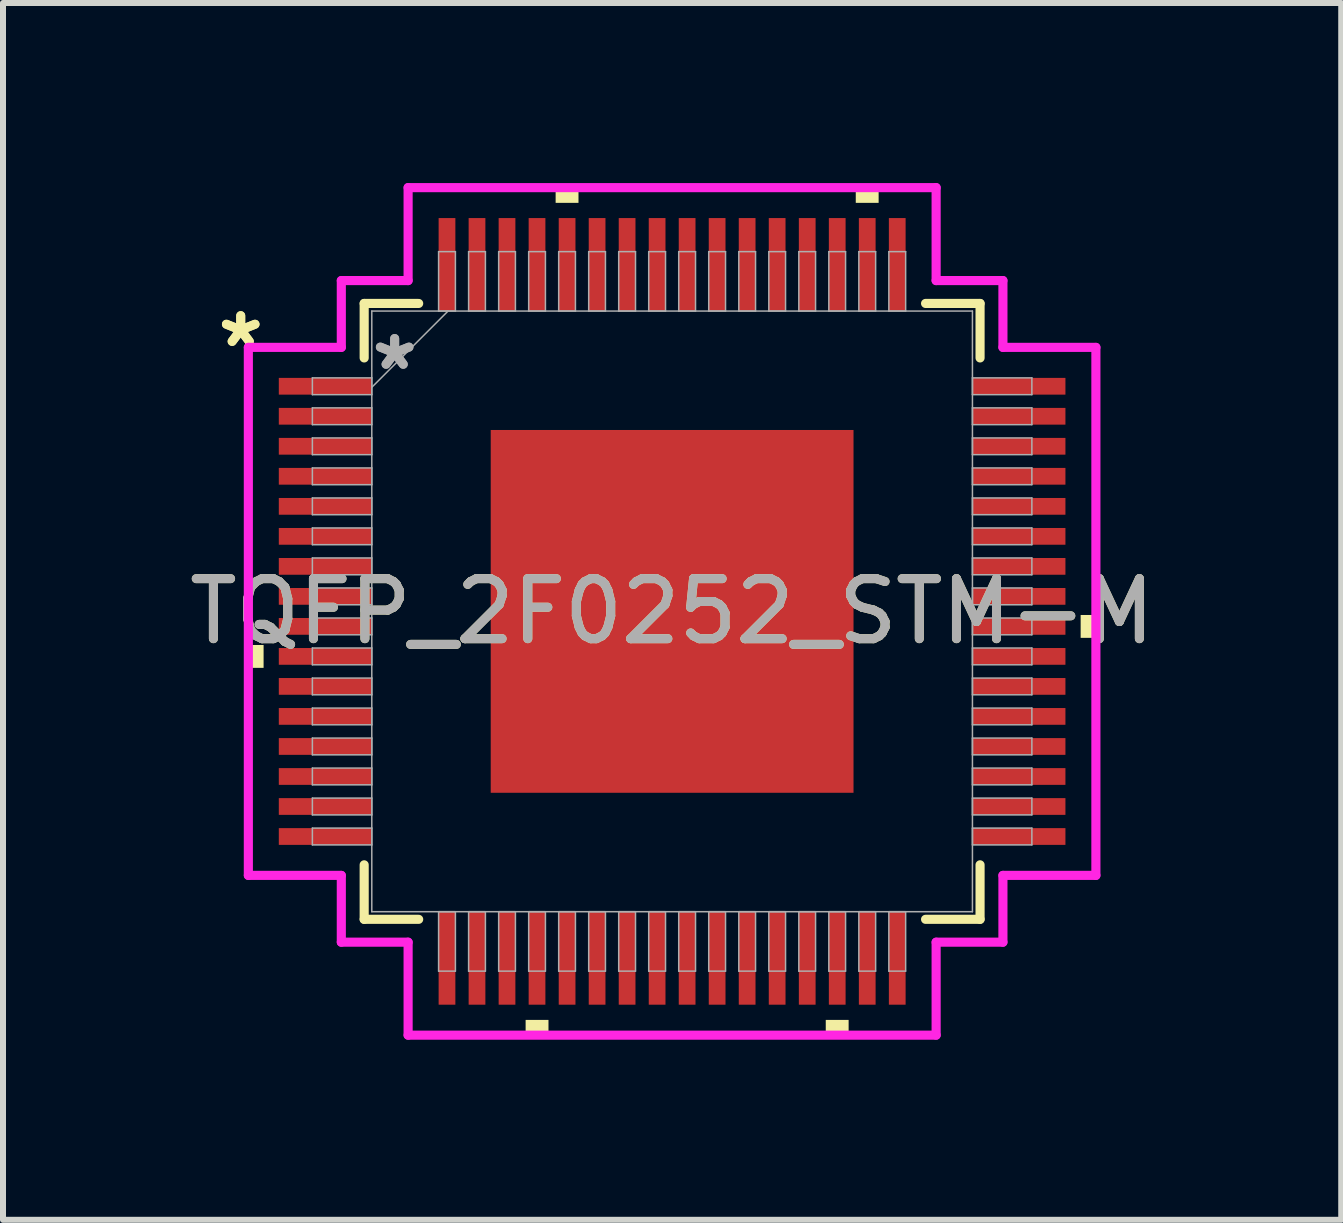
<source format=kicad_pcb>
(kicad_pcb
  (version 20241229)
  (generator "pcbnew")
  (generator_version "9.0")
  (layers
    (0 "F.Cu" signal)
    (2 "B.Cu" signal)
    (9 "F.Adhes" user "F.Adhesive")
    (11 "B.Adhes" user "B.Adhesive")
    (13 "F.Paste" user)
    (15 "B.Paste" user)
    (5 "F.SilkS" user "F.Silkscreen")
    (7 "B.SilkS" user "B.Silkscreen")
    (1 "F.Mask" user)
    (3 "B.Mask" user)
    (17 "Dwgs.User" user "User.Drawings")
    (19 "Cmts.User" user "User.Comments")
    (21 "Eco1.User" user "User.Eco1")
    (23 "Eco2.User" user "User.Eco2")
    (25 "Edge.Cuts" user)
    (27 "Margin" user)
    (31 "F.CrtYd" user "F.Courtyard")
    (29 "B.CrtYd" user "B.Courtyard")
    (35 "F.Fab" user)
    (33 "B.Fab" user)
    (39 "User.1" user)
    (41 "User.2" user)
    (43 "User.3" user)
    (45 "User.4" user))
  (footprint "TQFP_2F0252_STM-M"
    (layer "F.Cu")
    (at 8.149 7.137)
    (property "Reference" "TQFP_2F0252_STM-M" (at 0 0 0) (unlocked yes) (layer "F.SilkS") (effects (font (size 1 1) (thickness 0.15))))
    (attr smd)
    (fp_line (start -5.131 -5.131) (end -5.131 -4.223) (stroke (width 0.152) (type solid)) (layer "F.SilkS"))
    (fp_line (start -5.131 4.223) (end -5.131 5.131) (stroke (width 0.152) (type solid)) (layer "F.SilkS"))
    (fp_line (start -5.131 5.131) (end -4.223 5.131) (stroke (width 0.152) (type solid)) (layer "F.SilkS"))
    (fp_line (start -4.223 -5.131) (end -5.131 -5.131) (stroke (width 0.152) (type solid)) (layer "F.SilkS"))
    (fp_line (start 4.223 5.131) (end 5.131 5.131) (stroke (width 0.152) (type solid)) (layer "F.SilkS"))
    (fp_line (start 5.131 -5.131) (end 4.223 -5.131) (stroke (width 0.152) (type solid)) (layer "F.SilkS"))
    (fp_line (start 5.131 -4.223) (end 5.131 -5.131) (stroke (width 0.152) (type solid)) (layer "F.SilkS"))
    (fp_line (start 5.131 5.131) (end 5.131 4.223) (stroke (width 0.152) (type solid)) (layer "F.SilkS"))
    (fp_poly (pts (xy -7.061 0.56) (xy -7.061 0.941) (xy -6.807 0.941) (xy -6.807 0.56)) (stroke (width 0) (type solid)) (fill yes) (layer "F.SilkS"))
    (fp_poly (pts (xy -2.441 6.807) (xy -2.441 7.061) (xy -2.06 7.061) (xy -2.06 6.807)) (stroke (width 0) (type solid)) (fill yes) (layer "F.SilkS"))
    (fp_poly (pts (xy -1.941 -6.807) (xy -1.941 -7.061) (xy -1.56 -7.061) (xy -1.56 -6.807)) (stroke (width 0) (type solid)) (fill yes) (layer "F.SilkS"))
    (fp_poly (pts (xy 2.56 6.807) (xy 2.56 7.061) (xy 2.941 7.061) (xy 2.941 6.807)) (stroke (width 0) (type solid)) (fill yes) (layer "F.SilkS"))
    (fp_poly (pts (xy 3.06 -6.807) (xy 3.06 -7.061) (xy 3.441 -7.061) (xy 3.441 -6.807)) (stroke (width 0) (type solid)) (fill yes) (layer "F.SilkS"))
    (fp_poly (pts (xy 7.061 0.06) (xy 7.061 0.441) (xy 6.807 0.441) (xy 6.807 0.06)) (stroke (width 0) (type solid)) (fill yes) (layer "F.SilkS"))
    (fp_poly (pts (xy -2.923 -2.923) (xy -2.923 -1.611) (xy -1.611 -1.611) (xy -1.611 -2.923)) (stroke (width 0) (type solid)) (fill yes) (layer "F.Paste"))
    (fp_poly (pts (xy -2.923 -1.411) (xy -2.923 -0.1) (xy -1.611 -0.1) (xy -1.611 -1.411)) (stroke (width 0) (type solid)) (fill yes) (layer "F.Paste"))
    (fp_poly (pts (xy -2.923 0.1) (xy -2.923 1.411) (xy -1.611 1.411) (xy -1.611 0.1)) (stroke (width 0) (type solid)) (fill yes) (layer "F.Paste"))
    (fp_poly (pts (xy -2.923 1.611) (xy -2.923 2.923) (xy -1.611 2.923) (xy -1.611 1.611)) (stroke (width 0) (type solid)) (fill yes) (layer "F.Paste"))
    (fp_poly (pts (xy -1.411 -2.923) (xy -1.411 -1.611) (xy -0.1 -1.611) (xy -0.1 -2.923)) (stroke (width 0) (type solid)) (fill yes) (layer "F.Paste"))
    (fp_poly (pts (xy -1.411 -1.411) (xy -1.411 -0.1) (xy -0.1 -0.1) (xy -0.1 -1.411)) (stroke (width 0) (type solid)) (fill yes) (layer "F.Paste"))
    (fp_poly (pts (xy -1.411 0.1) (xy -1.411 1.411) (xy -0.1 1.411) (xy -0.1 0.1)) (stroke (width 0) (type solid)) (fill yes) (layer "F.Paste"))
    (fp_poly (pts (xy -1.411 1.611) (xy -1.411 2.923) (xy -0.1 2.923) (xy -0.1 1.611)) (stroke (width 0) (type solid)) (fill yes) (layer "F.Paste"))
    (fp_poly (pts (xy 0.1 -2.923) (xy 0.1 -1.611) (xy 1.411 -1.611) (xy 1.411 -2.923)) (stroke (width 0) (type solid)) (fill yes) (layer "F.Paste"))
    (fp_poly (pts (xy 0.1 -1.411) (xy 0.1 -0.1) (xy 1.411 -0.1) (xy 1.411 -1.411)) (stroke (width 0) (type solid)) (fill yes) (layer "F.Paste"))
    (fp_poly (pts (xy 0.1 0.1) (xy 0.1 1.411) (xy 1.411 1.411) (xy 1.411 0.1)) (stroke (width 0) (type solid)) (fill yes) (layer "F.Paste"))
    (fp_poly (pts (xy 0.1 1.611) (xy 0.1 2.923) (xy 1.411 2.923) (xy 1.411 1.611)) (stroke (width 0) (type solid)) (fill yes) (layer "F.Paste"))
    (fp_poly (pts (xy 1.611 -2.923) (xy 1.611 -1.611) (xy 2.923 -1.611) (xy 2.923 -2.923)) (stroke (width 0) (type solid)) (fill yes) (layer "F.Paste"))
    (fp_poly (pts (xy 1.611 -1.411) (xy 1.611 -0.1) (xy 2.923 -0.1) (xy 2.923 -1.411)) (stroke (width 0) (type solid)) (fill yes) (layer "F.Paste"))
    (fp_poly (pts (xy 1.611 0.1) (xy 1.611 1.411) (xy 2.923 1.411) (xy 2.923 0.1)) (stroke (width 0) (type solid)) (fill yes) (layer "F.Paste"))
    (fp_poly (pts (xy 1.611 1.611) (xy 1.611 2.923) (xy 2.923 2.923) (xy 2.923 1.611)) (stroke (width 0) (type solid)) (fill yes) (layer "F.Paste"))
    (fp_line (start -7.061 -4.399) (end -5.512 -4.399) (stroke (width 0.152) (type solid)) (layer "F.CrtYd"))
    (fp_line (start -7.061 4.399) (end -7.061 -4.399) (stroke (width 0.152) (type solid)) (layer "F.CrtYd"))
    (fp_line (start -5.512 -5.512) (end -4.399 -5.512) (stroke (width 0.152) (type solid)) (layer "F.CrtYd"))
    (fp_line (start -5.512 -4.399) (end -5.512 -5.512) (stroke (width 0.152) (type solid)) (layer "F.CrtYd"))
    (fp_line (start -5.512 4.399) (end -7.061 4.399) (stroke (width 0.152) (type solid)) (layer "F.CrtYd"))
    (fp_line (start -5.512 5.512) (end -5.512 4.399) (stroke (width 0.152) (type solid)) (layer "F.CrtYd"))
    (fp_line (start -5.512 5.512) (end -4.399 5.512) (stroke (width 0.152) (type solid)) (layer "F.CrtYd"))
    (fp_line (start -4.399 -7.061) (end 4.399 -7.061) (stroke (width 0.152) (type solid)) (layer "F.CrtYd"))
    (fp_line (start -4.399 -5.512) (end -4.399 -7.061) (stroke (width 0.152) (type solid)) (layer "F.CrtYd"))
    (fp_line (start -4.399 5.512) (end -4.399 7.061) (stroke (width 0.152) (type solid)) (layer "F.CrtYd"))
    (fp_line (start -4.399 7.061) (end 4.399 7.061) (stroke (width 0.152) (type solid)) (layer "F.CrtYd"))
    (fp_line (start 4.399 -7.061) (end 4.399 -5.512) (stroke (width 0.152) (type solid)) (layer "F.CrtYd"))
    (fp_line (start 4.399 -5.512) (end 5.512 -5.512) (stroke (width 0.152) (type solid)) (layer "F.CrtYd"))
    (fp_line (start 4.399 5.512) (end 5.512 5.512) (stroke (width 0.152) (type solid)) (layer "F.CrtYd"))
    (fp_line (start 4.399 7.061) (end 4.399 5.512) (stroke (width 0.152) (type solid)) (layer "F.CrtYd"))
    (fp_line (start 5.512 -4.399) (end 5.512 -5.512) (stroke (width 0.152) (type solid)) (layer "F.CrtYd"))
    (fp_line (start 5.512 4.399) (end 7.061 4.399) (stroke (width 0.152) (type solid)) (layer "F.CrtYd"))
    (fp_line (start 5.512 5.512) (end 5.512 4.399) (stroke (width 0.152) (type solid)) (layer "F.CrtYd"))
    (fp_line (start 7.061 -4.399) (end 5.512 -4.399) (stroke (width 0.152) (type solid)) (layer "F.CrtYd"))
    (fp_line (start 7.061 4.399) (end 7.061 -4.399) (stroke (width 0.152) (type solid)) (layer "F.CrtYd"))
    (fp_line (start -5.994 -3.891) (end -5.994 -3.611) (stroke (width 0.025) (type solid)) (layer "F.Fab"))
    (fp_line (start -5.994 -3.611) (end -5.004 -3.611) (stroke (width 0.025) (type solid)) (layer "F.Fab"))
    (fp_line (start -5.994 -3.391) (end -5.994 -3.111) (stroke (width 0.025) (type solid)) (layer "F.Fab"))
    (fp_line (start -5.994 -3.111) (end -5.004 -3.111) (stroke (width 0.025) (type solid)) (layer "F.Fab"))
    (fp_line (start -5.994 -2.89) (end -5.994 -2.611) (stroke (width 0.025) (type solid)) (layer "F.Fab"))
    (fp_line (start -5.994 -2.611) (end -5.004 -2.611) (stroke (width 0.025) (type solid)) (layer "F.Fab"))
    (fp_line (start -5.994 -2.39) (end -5.994 -2.111) (stroke (width 0.025) (type solid)) (layer "F.Fab"))
    (fp_line (start -5.994 -2.111) (end -5.004 -2.111) (stroke (width 0.025) (type solid)) (layer "F.Fab"))
    (fp_line (start -5.994 -1.89) (end -5.994 -1.611) (stroke (width 0.025) (type solid)) (layer "F.Fab"))
    (fp_line (start -5.994 -1.611) (end -5.004 -1.611) (stroke (width 0.025) (type solid)) (layer "F.Fab"))
    (fp_line (start -5.994 -1.39) (end -5.994 -1.111) (stroke (width 0.025) (type solid)) (layer "F.Fab"))
    (fp_line (start -5.994 -1.111) (end -5.004 -1.111) (stroke (width 0.025) (type solid)) (layer "F.Fab"))
    (fp_line (start -5.994 -0.89) (end -5.994 -0.61) (stroke (width 0.025) (type solid)) (layer "F.Fab"))
    (fp_line (start -5.994 -0.61) (end -5.004 -0.61) (stroke (width 0.025) (type solid)) (layer "F.Fab"))
    (fp_line (start -5.994 -0.39) (end -5.994 -0.11) (stroke (width 0.025) (type solid)) (layer "F.Fab"))
    (fp_line (start -5.994 -0.11) (end -5.004 -0.11) (stroke (width 0.025) (type solid)) (layer "F.Fab"))
    (fp_line (start -5.994 0.11) (end -5.994 0.39) (stroke (width 0.025) (type solid)) (layer "F.Fab"))
    (fp_line (start -5.994 0.39) (end -5.004 0.39) (stroke (width 0.025) (type solid)) (layer "F.Fab"))
    (fp_line (start -5.994 0.61) (end -5.994 0.89) (stroke (width 0.025) (type solid)) (layer "F.Fab"))
    (fp_line (start -5.994 0.89) (end -5.004 0.89) (stroke (width 0.025) (type solid)) (layer "F.Fab"))
    (fp_line (start -5.994 1.111) (end -5.994 1.39) (stroke (width 0.025) (type solid)) (layer "F.Fab"))
    (fp_line (start -5.994 1.39) (end -5.004 1.39) (stroke (width 0.025) (type solid)) (layer "F.Fab"))
    (fp_line (start -5.994 1.611) (end -5.994 1.89) (stroke (width 0.025) (type solid)) (layer "F.Fab"))
    (fp_line (start -5.994 1.89) (end -5.004 1.89) (stroke (width 0.025) (type solid)) (layer "F.Fab"))
    (fp_line (start -5.994 2.111) (end -5.994 2.39) (stroke (width 0.025) (type solid)) (layer "F.Fab"))
    (fp_line (start -5.994 2.39) (end -5.004 2.39) (stroke (width 0.025) (type solid)) (layer "F.Fab"))
    (fp_line (start -5.994 2.611) (end -5.994 2.89) (stroke (width 0.025) (type solid)) (layer "F.Fab"))
    (fp_line (start -5.994 2.89) (end -5.004 2.89) (stroke (width 0.025) (type solid)) (layer "F.Fab"))
    (fp_line (start -5.994 3.111) (end -5.994 3.391) (stroke (width 0.025) (type solid)) (layer "F.Fab"))
    (fp_line (start -5.994 3.391) (end -5.004 3.391) (stroke (width 0.025) (type solid)) (layer "F.Fab"))
    (fp_line (start -5.994 3.611) (end -5.994 3.891) (stroke (width 0.025) (type solid)) (layer "F.Fab"))
    (fp_line (start -5.994 3.891) (end -5.004 3.891) (stroke (width 0.025) (type solid)) (layer "F.Fab"))
    (fp_line (start -5.004 -5.004) (end -5.004 5.004) (stroke (width 0.025) (type solid)) (layer "F.Fab"))
    (fp_line (start -5.004 -3.891) (end -5.994 -3.891) (stroke (width 0.025) (type solid)) (layer "F.Fab"))
    (fp_line (start -5.004 -3.734) (end -3.734 -5.004) (stroke (width 0.025) (type solid)) (layer "F.Fab"))
    (fp_line (start -5.004 -3.611) (end -5.004 -3.891) (stroke (width 0.025) (type solid)) (layer "F.Fab"))
    (fp_line (start -5.004 -3.391) (end -5.994 -3.391) (stroke (width 0.025) (type solid)) (layer "F.Fab"))
    (fp_line (start -5.004 -3.111) (end -5.004 -3.391) (stroke (width 0.025) (type solid)) (layer "F.Fab"))
    (fp_line (start -5.004 -2.89) (end -5.994 -2.89) (stroke (width 0.025) (type solid)) (layer "F.Fab"))
    (fp_line (start -5.004 -2.611) (end -5.004 -2.89) (stroke (width 0.025) (type solid)) (layer "F.Fab"))
    (fp_line (start -5.004 -2.39) (end -5.994 -2.39) (stroke (width 0.025) (type solid)) (layer "F.Fab"))
    (fp_line (start -5.004 -2.111) (end -5.004 -2.39) (stroke (width 0.025) (type solid)) (layer "F.Fab"))
    (fp_line (start -5.004 -1.89) (end -5.994 -1.89) (stroke (width 0.025) (type solid)) (layer "F.Fab"))
    (fp_line (start -5.004 -1.611) (end -5.004 -1.89) (stroke (width 0.025) (type solid)) (layer "F.Fab"))
    (fp_line (start -5.004 -1.39) (end -5.994 -1.39) (stroke (width 0.025) (type solid)) (layer "F.Fab"))
    (fp_line (start -5.004 -1.111) (end -5.004 -1.39) (stroke (width 0.025) (type solid)) (layer "F.Fab"))
    (fp_line (start -5.004 -0.89) (end -5.994 -0.89) (stroke (width 0.025) (type solid)) (layer "F.Fab"))
    (fp_line (start -5.004 -0.61) (end -5.004 -0.89) (stroke (width 0.025) (type solid)) (layer "F.Fab"))
    (fp_line (start -5.004 -0.39) (end -5.994 -0.39) (stroke (width 0.025) (type solid)) (layer "F.Fab"))
    (fp_line (start -5.004 -0.11) (end -5.004 -0.39) (stroke (width 0.025) (type solid)) (layer "F.Fab"))
    (fp_line (start -5.004 0.11) (end -5.994 0.11) (stroke (width 0.025) (type solid)) (layer "F.Fab"))
    (fp_line (start -5.004 0.39) (end -5.004 0.11) (stroke (width 0.025) (type solid)) (layer "F.Fab"))
    (fp_line (start -5.004 0.61) (end -5.994 0.61) (stroke (width 0.025) (type solid)) (layer "F.Fab"))
    (fp_line (start -5.004 0.89) (end -5.004 0.61) (stroke (width 0.025) (type solid)) (layer "F.Fab"))
    (fp_line (start -5.004 1.111) (end -5.994 1.111) (stroke (width 0.025) (type solid)) (layer "F.Fab"))
    (fp_line (start -5.004 1.39) (end -5.004 1.111) (stroke (width 0.025) (type solid)) (layer "F.Fab"))
    (fp_line (start -5.004 1.611) (end -5.994 1.611) (stroke (width 0.025) (type solid)) (layer "F.Fab"))
    (fp_line (start -5.004 1.89) (end -5.004 1.611) (stroke (width 0.025) (type solid)) (layer "F.Fab"))
    (fp_line (start -5.004 2.111) (end -5.994 2.111) (stroke (width 0.025) (type solid)) (layer "F.Fab"))
    (fp_line (start -5.004 2.39) (end -5.004 2.111) (stroke (width 0.025) (type solid)) (layer "F.Fab"))
    (fp_line (start -5.004 2.611) (end -5.994 2.611) (stroke (width 0.025) (type solid)) (layer "F.Fab"))
    (fp_line (start -5.004 2.89) (end -5.004 2.611) (stroke (width 0.025) (type solid)) (layer "F.Fab"))
    (fp_line (start -5.004 3.111) (end -5.994 3.111) (stroke (width 0.025) (type solid)) (layer "F.Fab"))
    (fp_line (start -5.004 3.391) (end -5.004 3.111) (stroke (width 0.025) (type solid)) (layer "F.Fab"))
    (fp_line (start -5.004 3.611) (end -5.994 3.611) (stroke (width 0.025) (type solid)) (layer "F.Fab"))
    (fp_line (start -5.004 3.891) (end -5.004 3.611) (stroke (width 0.025) (type solid)) (layer "F.Fab"))
    (fp_line (start -5.004 5.004) (end 5.004 5.004) (stroke (width 0.025) (type solid)) (layer "F.Fab"))
    (fp_line (start -3.891 -5.994) (end -3.891 -5.004) (stroke (width 0.025) (type solid)) (layer "F.Fab"))
    (fp_line (start -3.891 -5.004) (end -3.611 -5.004) (stroke (width 0.025) (type solid)) (layer "F.Fab"))
    (fp_line (start -3.891 5.004) (end -3.891 5.994) (stroke (width 0.025) (type solid)) (layer "F.Fab"))
    (fp_line (start -3.891 5.994) (end -3.611 5.994) (stroke (width 0.025) (type solid)) (layer "F.Fab"))
    (fp_line (start -3.611 -5.994) (end -3.891 -5.994) (stroke (width 0.025) (type solid)) (layer "F.Fab"))
    (fp_line (start -3.611 -5.004) (end -3.611 -5.994) (stroke (width 0.025) (type solid)) (layer "F.Fab"))
    (fp_line (start -3.611 5.004) (end -3.891 5.004) (stroke (width 0.025) (type solid)) (layer "F.Fab"))
    (fp_line (start -3.611 5.994) (end -3.611 5.004) (stroke (width 0.025) (type solid)) (layer "F.Fab"))
    (fp_line (start -3.391 -5.994) (end -3.391 -5.004) (stroke (width 0.025) (type solid)) (layer "F.Fab"))
    (fp_line (start -3.391 -5.004) (end -3.111 -5.004) (stroke (width 0.025) (type solid)) (layer "F.Fab"))
    (fp_line (start -3.391 5.004) (end -3.391 5.994) (stroke (width 0.025) (type solid)) (layer "F.Fab"))
    (fp_line (start -3.391 5.994) (end -3.111 5.994) (stroke (width 0.025) (type solid)) (layer "F.Fab"))
    (fp_line (start -3.111 -5.994) (end -3.391 -5.994) (stroke (width 0.025) (type solid)) (layer "F.Fab"))
    (fp_line (start -3.111 -5.004) (end -3.111 -5.994) (stroke (width 0.025) (type solid)) (layer "F.Fab"))
    (fp_line (start -3.111 5.004) (end -3.391 5.004) (stroke (width 0.025) (type solid)) (layer "F.Fab"))
    (fp_line (start -3.111 5.994) (end -3.111 5.004) (stroke (width 0.025) (type solid)) (layer "F.Fab"))
    (fp_line (start -2.89 -5.994) (end -2.89 -5.004) (stroke (width 0.025) (type solid)) (layer "F.Fab"))
    (fp_line (start -2.89 -5.004) (end -2.611 -5.004) (stroke (width 0.025) (type solid)) (layer "F.Fab"))
    (fp_line (start -2.89 5.004) (end -2.89 5.994) (stroke (width 0.025) (type solid)) (layer "F.Fab"))
    (fp_line (start -2.89 5.994) (end -2.611 5.994) (stroke (width 0.025) (type solid)) (layer "F.Fab"))
    (fp_line (start -2.611 -5.994) (end -2.89 -5.994) (stroke (width 0.025) (type solid)) (layer "F.Fab"))
    (fp_line (start -2.611 -5.004) (end -2.611 -5.994) (stroke (width 0.025) (type solid)) (layer "F.Fab"))
    (fp_line (start -2.611 5.004) (end -2.89 5.004) (stroke (width 0.025) (type solid)) (layer "F.Fab"))
    (fp_line (start -2.611 5.994) (end -2.611 5.004) (stroke (width 0.025) (type solid)) (layer "F.Fab"))
    (fp_line (start -2.39 -5.994) (end -2.39 -5.004) (stroke (width 0.025) (type solid)) (layer "F.Fab"))
    (fp_line (start -2.39 -5.004) (end -2.111 -5.004) (stroke (width 0.025) (type solid)) (layer "F.Fab"))
    (fp_line (start -2.39 5.004) (end -2.39 5.994) (stroke (width 0.025) (type solid)) (layer "F.Fab"))
    (fp_line (start -2.39 5.994) (end -2.111 5.994) (stroke (width 0.025) (type solid)) (layer "F.Fab"))
    (fp_line (start -2.111 -5.994) (end -2.39 -5.994) (stroke (width 0.025) (type solid)) (layer "F.Fab"))
    (fp_line (start -2.111 -5.004) (end -2.111 -5.994) (stroke (width 0.025) (type solid)) (layer "F.Fab"))
    (fp_line (start -2.111 5.004) (end -2.39 5.004) (stroke (width 0.025) (type solid)) (layer "F.Fab"))
    (fp_line (start -2.111 5.994) (end -2.111 5.004) (stroke (width 0.025) (type solid)) (layer "F.Fab"))
    (fp_line (start -1.89 -5.994) (end -1.89 -5.004) (stroke (width 0.025) (type solid)) (layer "F.Fab"))
    (fp_line (start -1.89 -5.004) (end -1.611 -5.004) (stroke (width 0.025) (type solid)) (layer "F.Fab"))
    (fp_line (start -1.89 5.004) (end -1.89 5.994) (stroke (width 0.025) (type solid)) (layer "F.Fab"))
    (fp_line (start -1.89 5.994) (end -1.611 5.994) (stroke (width 0.025) (type solid)) (layer "F.Fab"))
    (fp_line (start -1.611 -5.994) (end -1.89 -5.994) (stroke (width 0.025) (type solid)) (layer "F.Fab"))
    (fp_line (start -1.611 -5.004) (end -1.611 -5.994) (stroke (width 0.025) (type solid)) (layer "F.Fab"))
    (fp_line (start -1.611 5.004) (end -1.89 5.004) (stroke (width 0.025) (type solid)) (layer "F.Fab"))
    (fp_line (start -1.611 5.994) (end -1.611 5.004) (stroke (width 0.025) (type solid)) (layer "F.Fab"))
    (fp_line (start -1.39 -5.994) (end -1.39 -5.004) (stroke (width 0.025) (type solid)) (layer "F.Fab"))
    (fp_line (start -1.39 -5.004) (end -1.111 -5.004) (stroke (width 0.025) (type solid)) (layer "F.Fab"))
    (fp_line (start -1.39 5.004) (end -1.39 5.994) (stroke (width 0.025) (type solid)) (layer "F.Fab"))
    (fp_line (start -1.39 5.994) (end -1.111 5.994) (stroke (width 0.025) (type solid)) (layer "F.Fab"))
    (fp_line (start -1.111 -5.994) (end -1.39 -5.994) (stroke (width 0.025) (type solid)) (layer "F.Fab"))
    (fp_line (start -1.111 -5.004) (end -1.111 -5.994) (stroke (width 0.025) (type solid)) (layer "F.Fab"))
    (fp_line (start -1.111 5.004) (end -1.39 5.004) (stroke (width 0.025) (type solid)) (layer "F.Fab"))
    (fp_line (start -1.111 5.994) (end -1.111 5.004) (stroke (width 0.025) (type solid)) (layer "F.Fab"))
    (fp_line (start -0.89 -5.994) (end -0.89 -5.004) (stroke (width 0.025) (type solid)) (layer "F.Fab"))
    (fp_line (start -0.89 -5.004) (end -0.61 -5.004) (stroke (width 0.025) (type solid)) (layer "F.Fab"))
    (fp_line (start -0.89 5.004) (end -0.89 5.994) (stroke (width 0.025) (type solid)) (layer "F.Fab"))
    (fp_line (start -0.89 5.994) (end -0.61 5.994) (stroke (width 0.025) (type solid)) (layer "F.Fab"))
    (fp_line (start -0.61 -5.994) (end -0.89 -5.994) (stroke (width 0.025) (type solid)) (layer "F.Fab"))
    (fp_line (start -0.61 -5.004) (end -0.61 -5.994) (stroke (width 0.025) (type solid)) (layer "F.Fab"))
    (fp_line (start -0.61 5.004) (end -0.89 5.004) (stroke (width 0.025) (type solid)) (layer "F.Fab"))
    (fp_line (start -0.61 5.994) (end -0.61 5.004) (stroke (width 0.025) (type solid)) (layer "F.Fab"))
    (fp_line (start -0.39 -5.994) (end -0.39 -5.004) (stroke (width 0.025) (type solid)) (layer "F.Fab"))
    (fp_line (start -0.39 -5.004) (end -0.11 -5.004) (stroke (width 0.025) (type solid)) (layer "F.Fab"))
    (fp_line (start -0.39 5.004) (end -0.39 5.994) (stroke (width 0.025) (type solid)) (layer "F.Fab"))
    (fp_line (start -0.39 5.994) (end -0.11 5.994) (stroke (width 0.025) (type solid)) (layer "F.Fab"))
    (fp_line (start -0.11 -5.994) (end -0.39 -5.994) (stroke (width 0.025) (type solid)) (layer "F.Fab"))
    (fp_line (start -0.11 -5.004) (end -0.11 -5.994) (stroke (width 0.025) (type solid)) (layer "F.Fab"))
    (fp_line (start -0.11 5.004) (end -0.39 5.004) (stroke (width 0.025) (type solid)) (layer "F.Fab"))
    (fp_line (start -0.11 5.994) (end -0.11 5.004) (stroke (width 0.025) (type solid)) (layer "F.Fab"))
    (fp_line (start 0.11 -5.994) (end 0.11 -5.004) (stroke (width 0.025) (type solid)) (layer "F.Fab"))
    (fp_line (start 0.11 -5.004) (end 0.39 -5.004) (stroke (width 0.025) (type solid)) (layer "F.Fab"))
    (fp_line (start 0.11 5.004) (end 0.11 5.994) (stroke (width 0.025) (type solid)) (layer "F.Fab"))
    (fp_line (start 0.11 5.994) (end 0.39 5.994) (stroke (width 0.025) (type solid)) (layer "F.Fab"))
    (fp_line (start 0.39 -5.994) (end 0.11 -5.994) (stroke (width 0.025) (type solid)) (layer "F.Fab"))
    (fp_line (start 0.39 -5.004) (end 0.39 -5.994) (stroke (width 0.025) (type solid)) (layer "F.Fab"))
    (fp_line (start 0.39 5.004) (end 0.11 5.004) (stroke (width 0.025) (type solid)) (layer "F.Fab"))
    (fp_line (start 0.39 5.994) (end 0.39 5.004) (stroke (width 0.025) (type solid)) (layer "F.Fab"))
    (fp_line (start 0.61 -5.994) (end 0.61 -5.004) (stroke (width 0.025) (type solid)) (layer "F.Fab"))
    (fp_line (start 0.61 -5.004) (end 0.89 -5.004) (stroke (width 0.025) (type solid)) (layer "F.Fab"))
    (fp_line (start 0.61 5.004) (end 0.61 5.994) (stroke (width 0.025) (type solid)) (layer "F.Fab"))
    (fp_line (start 0.61 5.994) (end 0.89 5.994) (stroke (width 0.025) (type solid)) (layer "F.Fab"))
    (fp_line (start 0.89 -5.994) (end 0.61 -5.994) (stroke (width 0.025) (type solid)) (layer "F.Fab"))
    (fp_line (start 0.89 -5.004) (end 0.89 -5.994) (stroke (width 0.025) (type solid)) (layer "F.Fab"))
    (fp_line (start 0.89 5.004) (end 0.61 5.004) (stroke (width 0.025) (type solid)) (layer "F.Fab"))
    (fp_line (start 0.89 5.994) (end 0.89 5.004) (stroke (width 0.025) (type solid)) (layer "F.Fab"))
    (fp_line (start 1.111 -5.994) (end 1.111 -5.004) (stroke (width 0.025) (type solid)) (layer "F.Fab"))
    (fp_line (start 1.111 -5.004) (end 1.39 -5.004) (stroke (width 0.025) (type solid)) (layer "F.Fab"))
    (fp_line (start 1.111 5.004) (end 1.111 5.994) (stroke (width 0.025) (type solid)) (layer "F.Fab"))
    (fp_line (start 1.111 5.994) (end 1.39 5.994) (stroke (width 0.025) (type solid)) (layer "F.Fab"))
    (fp_line (start 1.39 -5.994) (end 1.111 -5.994) (stroke (width 0.025) (type solid)) (layer "F.Fab"))
    (fp_line (start 1.39 -5.004) (end 1.39 -5.994) (stroke (width 0.025) (type solid)) (layer "F.Fab"))
    (fp_line (start 1.39 5.004) (end 1.111 5.004) (stroke (width 0.025) (type solid)) (layer "F.Fab"))
    (fp_line (start 1.39 5.994) (end 1.39 5.004) (stroke (width 0.025) (type solid)) (layer "F.Fab"))
    (fp_line (start 1.611 -5.994) (end 1.611 -5.004) (stroke (width 0.025) (type solid)) (layer "F.Fab"))
    (fp_line (start 1.611 -5.004) (end 1.89 -5.004) (stroke (width 0.025) (type solid)) (layer "F.Fab"))
    (fp_line (start 1.611 5.004) (end 1.611 5.994) (stroke (width 0.025) (type solid)) (layer "F.Fab"))
    (fp_line (start 1.611 5.994) (end 1.89 5.994) (stroke (width 0.025) (type solid)) (layer "F.Fab"))
    (fp_line (start 1.89 -5.994) (end 1.611 -5.994) (stroke (width 0.025) (type solid)) (layer "F.Fab"))
    (fp_line (start 1.89 -5.004) (end 1.89 -5.994) (stroke (width 0.025) (type solid)) (layer "F.Fab"))
    (fp_line (start 1.89 5.004) (end 1.611 5.004) (stroke (width 0.025) (type solid)) (layer "F.Fab"))
    (fp_line (start 1.89 5.994) (end 1.89 5.004) (stroke (width 0.025) (type solid)) (layer "F.Fab"))
    (fp_line (start 2.111 -5.994) (end 2.111 -5.004) (stroke (width 0.025) (type solid)) (layer "F.Fab"))
    (fp_line (start 2.111 -5.004) (end 2.39 -5.004) (stroke (width 0.025) (type solid)) (layer "F.Fab"))
    (fp_line (start 2.111 5.004) (end 2.111 5.994) (stroke (width 0.025) (type solid)) (layer "F.Fab"))
    (fp_line (start 2.111 5.994) (end 2.39 5.994) (stroke (width 0.025) (type solid)) (layer "F.Fab"))
    (fp_line (start 2.39 -5.994) (end 2.111 -5.994) (stroke (width 0.025) (type solid)) (layer "F.Fab"))
    (fp_line (start 2.39 -5.004) (end 2.39 -5.994) (stroke (width 0.025) (type solid)) (layer "F.Fab"))
    (fp_line (start 2.39 5.004) (end 2.111 5.004) (stroke (width 0.025) (type solid)) (layer "F.Fab"))
    (fp_line (start 2.39 5.994) (end 2.39 5.004) (stroke (width 0.025) (type solid)) (layer "F.Fab"))
    (fp_line (start 2.611 -5.994) (end 2.611 -5.004) (stroke (width 0.025) (type solid)) (layer "F.Fab"))
    (fp_line (start 2.611 -5.004) (end 2.89 -5.004) (stroke (width 0.025) (type solid)) (layer "F.Fab"))
    (fp_line (start 2.611 5.004) (end 2.611 5.994) (stroke (width 0.025) (type solid)) (layer "F.Fab"))
    (fp_line (start 2.611 5.994) (end 2.89 5.994) (stroke (width 0.025) (type solid)) (layer "F.Fab"))
    (fp_line (start 2.89 -5.994) (end 2.611 -5.994) (stroke (width 0.025) (type solid)) (layer "F.Fab"))
    (fp_line (start 2.89 -5.004) (end 2.89 -5.994) (stroke (width 0.025) (type solid)) (layer "F.Fab"))
    (fp_line (start 2.89 5.004) (end 2.611 5.004) (stroke (width 0.025) (type solid)) (layer "F.Fab"))
    (fp_line (start 2.89 5.994) (end 2.89 5.004) (stroke (width 0.025) (type solid)) (layer "F.Fab"))
    (fp_line (start 3.111 -5.994) (end 3.111 -5.004) (stroke (width 0.025) (type solid)) (layer "F.Fab"))
    (fp_line (start 3.111 -5.004) (end 3.391 -5.004) (stroke (width 0.025) (type solid)) (layer "F.Fab"))
    (fp_line (start 3.111 5.004) (end 3.111 5.994) (stroke (width 0.025) (type solid)) (layer "F.Fab"))
    (fp_line (start 3.111 5.994) (end 3.391 5.994) (stroke (width 0.025) (type solid)) (layer "F.Fab"))
    (fp_line (start 3.391 -5.994) (end 3.111 -5.994) (stroke (width 0.025) (type solid)) (layer "F.Fab"))
    (fp_line (start 3.391 -5.004) (end 3.391 -5.994) (stroke (width 0.025) (type solid)) (layer "F.Fab"))
    (fp_line (start 3.391 5.004) (end 3.111 5.004) (stroke (width 0.025) (type solid)) (layer "F.Fab"))
    (fp_line (start 3.391 5.994) (end 3.391 5.004) (stroke (width 0.025) (type solid)) (layer "F.Fab"))
    (fp_line (start 3.611 -5.994) (end 3.611 -5.004) (stroke (width 0.025) (type solid)) (layer "F.Fab"))
    (fp_line (start 3.611 -5.004) (end 3.891 -5.004) (stroke (width 0.025) (type solid)) (layer "F.Fab"))
    (fp_line (start 3.611 5.004) (end 3.611 5.994) (stroke (width 0.025) (type solid)) (layer "F.Fab"))
    (fp_line (start 3.611 5.994) (end 3.891 5.994) (stroke (width 0.025) (type solid)) (layer "F.Fab"))
    (fp_line (start 3.891 -5.994) (end 3.611 -5.994) (stroke (width 0.025) (type solid)) (layer "F.Fab"))
    (fp_line (start 3.891 -5.004) (end 3.891 -5.994) (stroke (width 0.025) (type solid)) (layer "F.Fab"))
    (fp_line (start 3.891 5.004) (end 3.611 5.004) (stroke (width 0.025) (type solid)) (layer "F.Fab"))
    (fp_line (start 3.891 5.994) (end 3.891 5.004) (stroke (width 0.025) (type solid)) (layer "F.Fab"))
    (fp_line (start 5.004 -5.004) (end -5.004 -5.004) (stroke (width 0.025) (type solid)) (layer "F.Fab"))
    (fp_line (start 5.004 -3.891) (end 5.004 -3.611) (stroke (width 0.025) (type solid)) (layer "F.Fab"))
    (fp_line (start 5.004 -3.611) (end 5.994 -3.611) (stroke (width 0.025) (type solid)) (layer "F.Fab"))
    (fp_line (start 5.004 -3.391) (end 5.004 -3.111) (stroke (width 0.025) (type solid)) (layer "F.Fab"))
    (fp_line (start 5.004 -3.111) (end 5.994 -3.111) (stroke (width 0.025) (type solid)) (layer "F.Fab"))
    (fp_line (start 5.004 -2.89) (end 5.004 -2.611) (stroke (width 0.025) (type solid)) (layer "F.Fab"))
    (fp_line (start 5.004 -2.611) (end 5.994 -2.611) (stroke (width 0.025) (type solid)) (layer "F.Fab"))
    (fp_line (start 5.004 -2.39) (end 5.004 -2.111) (stroke (width 0.025) (type solid)) (layer "F.Fab"))
    (fp_line (start 5.004 -2.111) (end 5.994 -2.111) (stroke (width 0.025) (type solid)) (layer "F.Fab"))
    (fp_line (start 5.004 -1.89) (end 5.004 -1.611) (stroke (width 0.025) (type solid)) (layer "F.Fab"))
    (fp_line (start 5.004 -1.611) (end 5.994 -1.611) (stroke (width 0.025) (type solid)) (layer "F.Fab"))
    (fp_line (start 5.004 -1.39) (end 5.004 -1.111) (stroke (width 0.025) (type solid)) (layer "F.Fab"))
    (fp_line (start 5.004 -1.111) (end 5.994 -1.111) (stroke (width 0.025) (type solid)) (layer "F.Fab"))
    (fp_line (start 5.004 -0.89) (end 5.004 -0.61) (stroke (width 0.025) (type solid)) (layer "F.Fab"))
    (fp_line (start 5.004 -0.61) (end 5.994 -0.61) (stroke (width 0.025) (type solid)) (layer "F.Fab"))
    (fp_line (start 5.004 -0.39) (end 5.004 -0.11) (stroke (width 0.025) (type solid)) (layer "F.Fab"))
    (fp_line (start 5.004 -0.11) (end 5.994 -0.11) (stroke (width 0.025) (type solid)) (layer "F.Fab"))
    (fp_line (start 5.004 0.11) (end 5.004 0.39) (stroke (width 0.025) (type solid)) (layer "F.Fab"))
    (fp_line (start 5.004 0.39) (end 5.994 0.39) (stroke (width 0.025) (type solid)) (layer "F.Fab"))
    (fp_line (start 5.004 0.61) (end 5.004 0.89) (stroke (width 0.025) (type solid)) (layer "F.Fab"))
    (fp_line (start 5.004 0.89) (end 5.994 0.89) (stroke (width 0.025) (type solid)) (layer "F.Fab"))
    (fp_line (start 5.004 1.111) (end 5.004 1.39) (stroke (width 0.025) (type solid)) (layer "F.Fab"))
    (fp_line (start 5.004 1.39) (end 5.994 1.39) (stroke (width 0.025) (type solid)) (layer "F.Fab"))
    (fp_line (start 5.004 1.611) (end 5.004 1.89) (stroke (width 0.025) (type solid)) (layer "F.Fab"))
    (fp_line (start 5.004 1.89) (end 5.994 1.89) (stroke (width 0.025) (type solid)) (layer "F.Fab"))
    (fp_line (start 5.004 2.111) (end 5.004 2.39) (stroke (width 0.025) (type solid)) (layer "F.Fab"))
    (fp_line (start 5.004 2.39) (end 5.994 2.39) (stroke (width 0.025) (type solid)) (layer "F.Fab"))
    (fp_line (start 5.004 2.611) (end 5.004 2.89) (stroke (width 0.025) (type solid)) (layer "F.Fab"))
    (fp_line (start 5.004 2.89) (end 5.994 2.89) (stroke (width 0.025) (type solid)) (layer "F.Fab"))
    (fp_line (start 5.004 3.111) (end 5.004 3.391) (stroke (width 0.025) (type solid)) (layer "F.Fab"))
    (fp_line (start 5.004 3.391) (end 5.994 3.391) (stroke (width 0.025) (type solid)) (layer "F.Fab"))
    (fp_line (start 5.004 3.611) (end 5.004 3.891) (stroke (width 0.025) (type solid)) (layer "F.Fab"))
    (fp_line (start 5.004 3.891) (end 5.994 3.891) (stroke (width 0.025) (type solid)) (layer "F.Fab"))
    (fp_line (start 5.004 5.004) (end 5.004 -5.004) (stroke (width 0.025) (type solid)) (layer "F.Fab"))
    (fp_line (start 5.994 -3.891) (end 5.004 -3.891) (stroke (width 0.025) (type solid)) (layer "F.Fab"))
    (fp_line (start 5.994 -3.611) (end 5.994 -3.891) (stroke (width 0.025) (type solid)) (layer "F.Fab"))
    (fp_line (start 5.994 -3.391) (end 5.004 -3.391) (stroke (width 0.025) (type solid)) (layer "F.Fab"))
    (fp_line (start 5.994 -3.111) (end 5.994 -3.391) (stroke (width 0.025) (type solid)) (layer "F.Fab"))
    (fp_line (start 5.994 -2.89) (end 5.004 -2.89) (stroke (width 0.025) (type solid)) (layer "F.Fab"))
    (fp_line (start 5.994 -2.611) (end 5.994 -2.89) (stroke (width 0.025) (type solid)) (layer "F.Fab"))
    (fp_line (start 5.994 -2.39) (end 5.004 -2.39) (stroke (width 0.025) (type solid)) (layer "F.Fab"))
    (fp_line (start 5.994 -2.111) (end 5.994 -2.39) (stroke (width 0.025) (type solid)) (layer "F.Fab"))
    (fp_line (start 5.994 -1.89) (end 5.004 -1.89) (stroke (width 0.025) (type solid)) (layer "F.Fab"))
    (fp_line (start 5.994 -1.611) (end 5.994 -1.89) (stroke (width 0.025) (type solid)) (layer "F.Fab"))
    (fp_line (start 5.994 -1.39) (end 5.004 -1.39) (stroke (width 0.025) (type solid)) (layer "F.Fab"))
    (fp_line (start 5.994 -1.111) (end 5.994 -1.39) (stroke (width 0.025) (type solid)) (layer "F.Fab"))
    (fp_line (start 5.994 -0.89) (end 5.004 -0.89) (stroke (width 0.025) (type solid)) (layer "F.Fab"))
    (fp_line (start 5.994 -0.61) (end 5.994 -0.89) (stroke (width 0.025) (type solid)) (layer "F.Fab"))
    (fp_line (start 5.994 -0.39) (end 5.004 -0.39) (stroke (width 0.025) (type solid)) (layer "F.Fab"))
    (fp_line (start 5.994 -0.11) (end 5.994 -0.39) (stroke (width 0.025) (type solid)) (layer "F.Fab"))
    (fp_line (start 5.994 0.11) (end 5.004 0.11) (stroke (width 0.025) (type solid)) (layer "F.Fab"))
    (fp_line (start 5.994 0.39) (end 5.994 0.11) (stroke (width 0.025) (type solid)) (layer "F.Fab"))
    (fp_line (start 5.994 0.61) (end 5.004 0.61) (stroke (width 0.025) (type solid)) (layer "F.Fab"))
    (fp_line (start 5.994 0.89) (end 5.994 0.61) (stroke (width 0.025) (type solid)) (layer "F.Fab"))
    (fp_line (start 5.994 1.111) (end 5.004 1.111) (stroke (width 0.025) (type solid)) (layer "F.Fab"))
    (fp_line (start 5.994 1.39) (end 5.994 1.111) (stroke (width 0.025) (type solid)) (layer "F.Fab"))
    (fp_line (start 5.994 1.611) (end 5.004 1.611) (stroke (width 0.025) (type solid)) (layer "F.Fab"))
    (fp_line (start 5.994 1.89) (end 5.994 1.611) (stroke (width 0.025) (type solid)) (layer "F.Fab"))
    (fp_line (start 5.994 2.111) (end 5.004 2.111) (stroke (width 0.025) (type solid)) (layer "F.Fab"))
    (fp_line (start 5.994 2.39) (end 5.994 2.111) (stroke (width 0.025) (type solid)) (layer "F.Fab"))
    (fp_line (start 5.994 2.611) (end 5.004 2.611) (stroke (width 0.025) (type solid)) (layer "F.Fab"))
    (fp_line (start 5.994 2.89) (end 5.994 2.611) (stroke (width 0.025) (type solid)) (layer "F.Fab"))
    (fp_line (start 5.994 3.111) (end 5.004 3.111) (stroke (width 0.025) (type solid)) (layer "F.Fab"))
    (fp_line (start 5.994 3.391) (end 5.994 3.111) (stroke (width 0.025) (type solid)) (layer "F.Fab"))
    (fp_line (start 5.994 3.611) (end 5.004 3.611) (stroke (width 0.025) (type solid)) (layer "F.Fab"))
    (fp_line (start 5.994 3.891) (end 5.994 3.611) (stroke (width 0.025) (type solid)) (layer "F.Fab"))
    (fp_text user "*" (at -7.188 -4.382 0) (unlocked yes) (layer "F.SilkS") (effects (font (size 1 1) (thickness 0.15))))
    (fp_text user "*" (at -7.188 -4.382 0) (layer "F.SilkS") (effects (font (size 1 1) (thickness 0.15))))
    (fp_text user "*" (at -4.623 -4.001 0) (layer "F.Fab") (effects (font (size 1 1) (thickness 0.15))))
    (fp_text user "*" (at -4.623 -4.001 0) (unlocked yes) (layer "F.Fab") (effects (font (size 1 1) (thickness 0.15))))
    (fp_text user "${REFERENCE}" (at 0 0 0) (unlocked yes) (layer "F.Fab") (effects (font (size 1 1) (thickness 0.15))))
    (pad "1" smd rect (at -5.779 -3.751 90) (size 0.279 1.549) (layers "F.Cu" "F.Mask" "F.Paste"))
    (pad "2" smd rect (at -5.779 -3.251 90) (size 0.279 1.549) (layers "F.Cu" "F.Mask" "F.Paste"))
    (pad "3" smd rect (at -5.779 -2.751 90) (size 0.279 1.549) (layers "F.Cu" "F.Mask" "F.Paste"))
    (pad "4" smd rect (at -5.779 -2.251 90) (size 0.279 1.549) (layers "F.Cu" "F.Mask" "F.Paste"))
    (pad "5" smd rect (at -5.779 -1.75 90) (size 0.279 1.549) (layers "F.Cu" "F.Mask" "F.Paste"))
    (pad "6" smd rect (at -5.779 -1.25 90) (size 0.279 1.549) (layers "F.Cu" "F.Mask" "F.Paste"))
    (pad "7" smd rect (at -5.779 -0.75 90) (size 0.279 1.549) (layers "F.Cu" "F.Mask" "F.Paste"))
    (pad "8" smd rect (at -5.779 -0.25 90) (size 0.279 1.549) (layers "F.Cu" "F.Mask" "F.Paste"))
    (pad "9" smd rect (at -5.779 0.25 90) (size 0.279 1.549) (layers "F.Cu" "F.Mask" "F.Paste"))
    (pad "10" smd rect (at -5.779 0.75 90) (size 0.279 1.549) (layers "F.Cu" "F.Mask" "F.Paste"))
    (pad "11" smd rect (at -5.779 1.25 90) (size 0.279 1.549) (layers "F.Cu" "F.Mask" "F.Paste"))
    (pad "12" smd rect (at -5.779 1.75 90) (size 0.279 1.549) (layers "F.Cu" "F.Mask" "F.Paste"))
    (pad "13" smd rect (at -5.779 2.251 90) (size 0.279 1.549) (layers "F.Cu" "F.Mask" "F.Paste"))
    (pad "14" smd rect (at -5.779 2.751 90) (size 0.279 1.549) (layers "F.Cu" "F.Mask" "F.Paste"))
    (pad "15" smd rect (at -5.779 3.251 90) (size 0.279 1.549) (layers "F.Cu" "F.Mask" "F.Paste"))
    (pad "16" smd rect (at -5.779 3.751 90) (size 0.279 1.549) (layers "F.Cu" "F.Mask" "F.Paste"))
    (pad "17" smd rect (at -3.751 5.779) (size 0.279 1.549) (layers "F.Cu" "F.Mask" "F.Paste"))
    (pad "18" smd rect (at -3.251 5.779) (size 0.279 1.549) (layers "F.Cu" "F.Mask" "F.Paste"))
    (pad "19" smd rect (at -2.751 5.779) (size 0.279 1.549) (layers "F.Cu" "F.Mask" "F.Paste"))
    (pad "20" smd rect (at -2.251 5.779) (size 0.279 1.549) (layers "F.Cu" "F.Mask" "F.Paste"))
    (pad "21" smd rect (at -1.75 5.779) (size 0.279 1.549) (layers "F.Cu" "F.Mask" "F.Paste"))
    (pad "22" smd rect (at -1.25 5.779) (size 0.279 1.549) (layers "F.Cu" "F.Mask" "F.Paste"))
    (pad "23" smd rect (at -0.75 5.779) (size 0.279 1.549) (layers "F.Cu" "F.Mask" "F.Paste"))
    (pad "24" smd rect (at -0.25 5.779) (size 0.279 1.549) (layers "F.Cu" "F.Mask" "F.Paste"))
    (pad "25" smd rect (at 0.25 5.779) (size 0.279 1.549) (layers "F.Cu" "F.Mask" "F.Paste"))
    (pad "26" smd rect (at 0.75 5.779) (size 0.279 1.549) (layers "F.Cu" "F.Mask" "F.Paste"))
    (pad "27" smd rect (at 1.25 5.779) (size 0.279 1.549) (layers "F.Cu" "F.Mask" "F.Paste"))
    (pad "28" smd rect (at 1.75 5.779) (size 0.279 1.549) (layers "F.Cu" "F.Mask" "F.Paste"))
    (pad "29" smd rect (at 2.251 5.779) (size 0.279 1.549) (layers "F.Cu" "F.Mask" "F.Paste"))
    (pad "30" smd rect (at 2.751 5.779) (size 0.279 1.549) (layers "F.Cu" "F.Mask" "F.Paste"))
    (pad "31" smd rect (at 3.251 5.779) (size 0.279 1.549) (layers "F.Cu" "F.Mask" "F.Paste"))
    (pad "32" smd rect (at 3.751 5.779) (size 0.279 1.549) (layers "F.Cu" "F.Mask" "F.Paste"))
    (pad "33" smd rect (at 5.779 3.751 90) (size 0.279 1.549) (layers "F.Cu" "F.Mask" "F.Paste"))
    (pad "34" smd rect (at 5.779 3.251 90) (size 0.279 1.549) (layers "F.Cu" "F.Mask" "F.Paste"))
    (pad "35" smd rect (at 5.779 2.751 90) (size 0.279 1.549) (layers "F.Cu" "F.Mask" "F.Paste"))
    (pad "36" smd rect (at 5.779 2.251 90) (size 0.279 1.549) (layers "F.Cu" "F.Mask" "F.Paste"))
    (pad "37" smd rect (at 5.779 1.75 90) (size 0.279 1.549) (layers "F.Cu" "F.Mask" "F.Paste"))
    (pad "38" smd rect (at 5.779 1.25 90) (size 0.279 1.549) (layers "F.Cu" "F.Mask" "F.Paste"))
    (pad "39" smd rect (at 5.779 0.75 90) (size 0.279 1.549) (layers "F.Cu" "F.Mask" "F.Paste"))
    (pad "40" smd rect (at 5.779 0.25 90) (size 0.279 1.549) (layers "F.Cu" "F.Mask" "F.Paste"))
    (pad "41" smd rect (at 5.779 -0.25 90) (size 0.279 1.549) (layers "F.Cu" "F.Mask" "F.Paste"))
    (pad "42" smd rect (at 5.779 -0.75 90) (size 0.279 1.549) (layers "F.Cu" "F.Mask" "F.Paste"))
    (pad "43" smd rect (at 5.779 -1.25 90) (size 0.279 1.549) (layers "F.Cu" "F.Mask" "F.Paste"))
    (pad "44" smd rect (at 5.779 -1.75 90) (size 0.279 1.549) (layers "F.Cu" "F.Mask" "F.Paste"))
    (pad "45" smd rect (at 5.779 -2.251 90) (size 0.279 1.549) (layers "F.Cu" "F.Mask" "F.Paste"))
    (pad "46" smd rect (at 5.779 -2.751 90) (size 0.279 1.549) (layers "F.Cu" "F.Mask" "F.Paste"))
    (pad "47" smd rect (at 5.779 -3.251 90) (size 0.279 1.549) (layers "F.Cu" "F.Mask" "F.Paste"))
    (pad "48" smd rect (at 5.779 -3.751 90) (size 0.279 1.549) (layers "F.Cu" "F.Mask" "F.Paste"))
    (pad "49" smd rect (at 3.751 -5.779) (size 0.279 1.549) (layers "F.Cu" "F.Mask" "F.Paste"))
    (pad "50" smd rect (at 3.251 -5.779) (size 0.279 1.549) (layers "F.Cu" "F.Mask" "F.Paste"))
    (pad "51" smd rect (at 2.751 -5.779) (size 0.279 1.549) (layers "F.Cu" "F.Mask" "F.Paste"))
    (pad "52" smd rect (at 2.251 -5.779) (size 0.279 1.549) (layers "F.Cu" "F.Mask" "F.Paste"))
    (pad "53" smd rect (at 1.75 -5.779) (size 0.279 1.549) (layers "F.Cu" "F.Mask" "F.Paste"))
    (pad "54" smd rect (at 1.25 -5.779) (size 0.279 1.549) (layers "F.Cu" "F.Mask" "F.Paste"))
    (pad "55" smd rect (at 0.75 -5.779) (size 0.279 1.549) (layers "F.Cu" "F.Mask" "F.Paste"))
    (pad "56" smd rect (at 0.25 -5.779) (size 0.279 1.549) (layers "F.Cu" "F.Mask" "F.Paste"))
    (pad "57" smd rect (at -0.25 -5.779) (size 0.279 1.549) (layers "F.Cu" "F.Mask" "F.Paste"))
    (pad "58" smd rect (at -0.75 -5.779) (size 0.279 1.549) (layers "F.Cu" "F.Mask" "F.Paste"))
    (pad "59" smd rect (at -1.25 -5.779) (size 0.279 1.549) (layers "F.Cu" "F.Mask" "F.Paste"))
    (pad "60" smd rect (at -1.75 -5.779) (size 0.279 1.549) (layers "F.Cu" "F.Mask" "F.Paste"))
    (pad "61" smd rect (at -2.251 -5.779) (size 0.279 1.549) (layers "F.Cu" "F.Mask" "F.Paste"))
    (pad "62" smd rect (at -2.751 -5.779) (size 0.279 1.549) (layers "F.Cu" "F.Mask" "F.Paste"))
    (pad "63" smd rect (at -3.251 -5.779) (size 0.279 1.549) (layers "F.Cu" "F.Mask" "F.Paste"))
    (pad "64" smd rect (at -3.751 -5.779) (size 0.279 1.549) (layers "F.Cu" "F.Mask" "F.Paste"))
    (pad "EPAD" smd rect (at 0 0) (size 6.045 6.045) (layers "F.Cu" "F.Mask")))
  (gr_rect
    (start -3 -3)
    (end 19.298 17.275)
    (stroke (width 0.1) (type default))
    (fill no)
    (layer "Edge.Cuts")))
</source>
